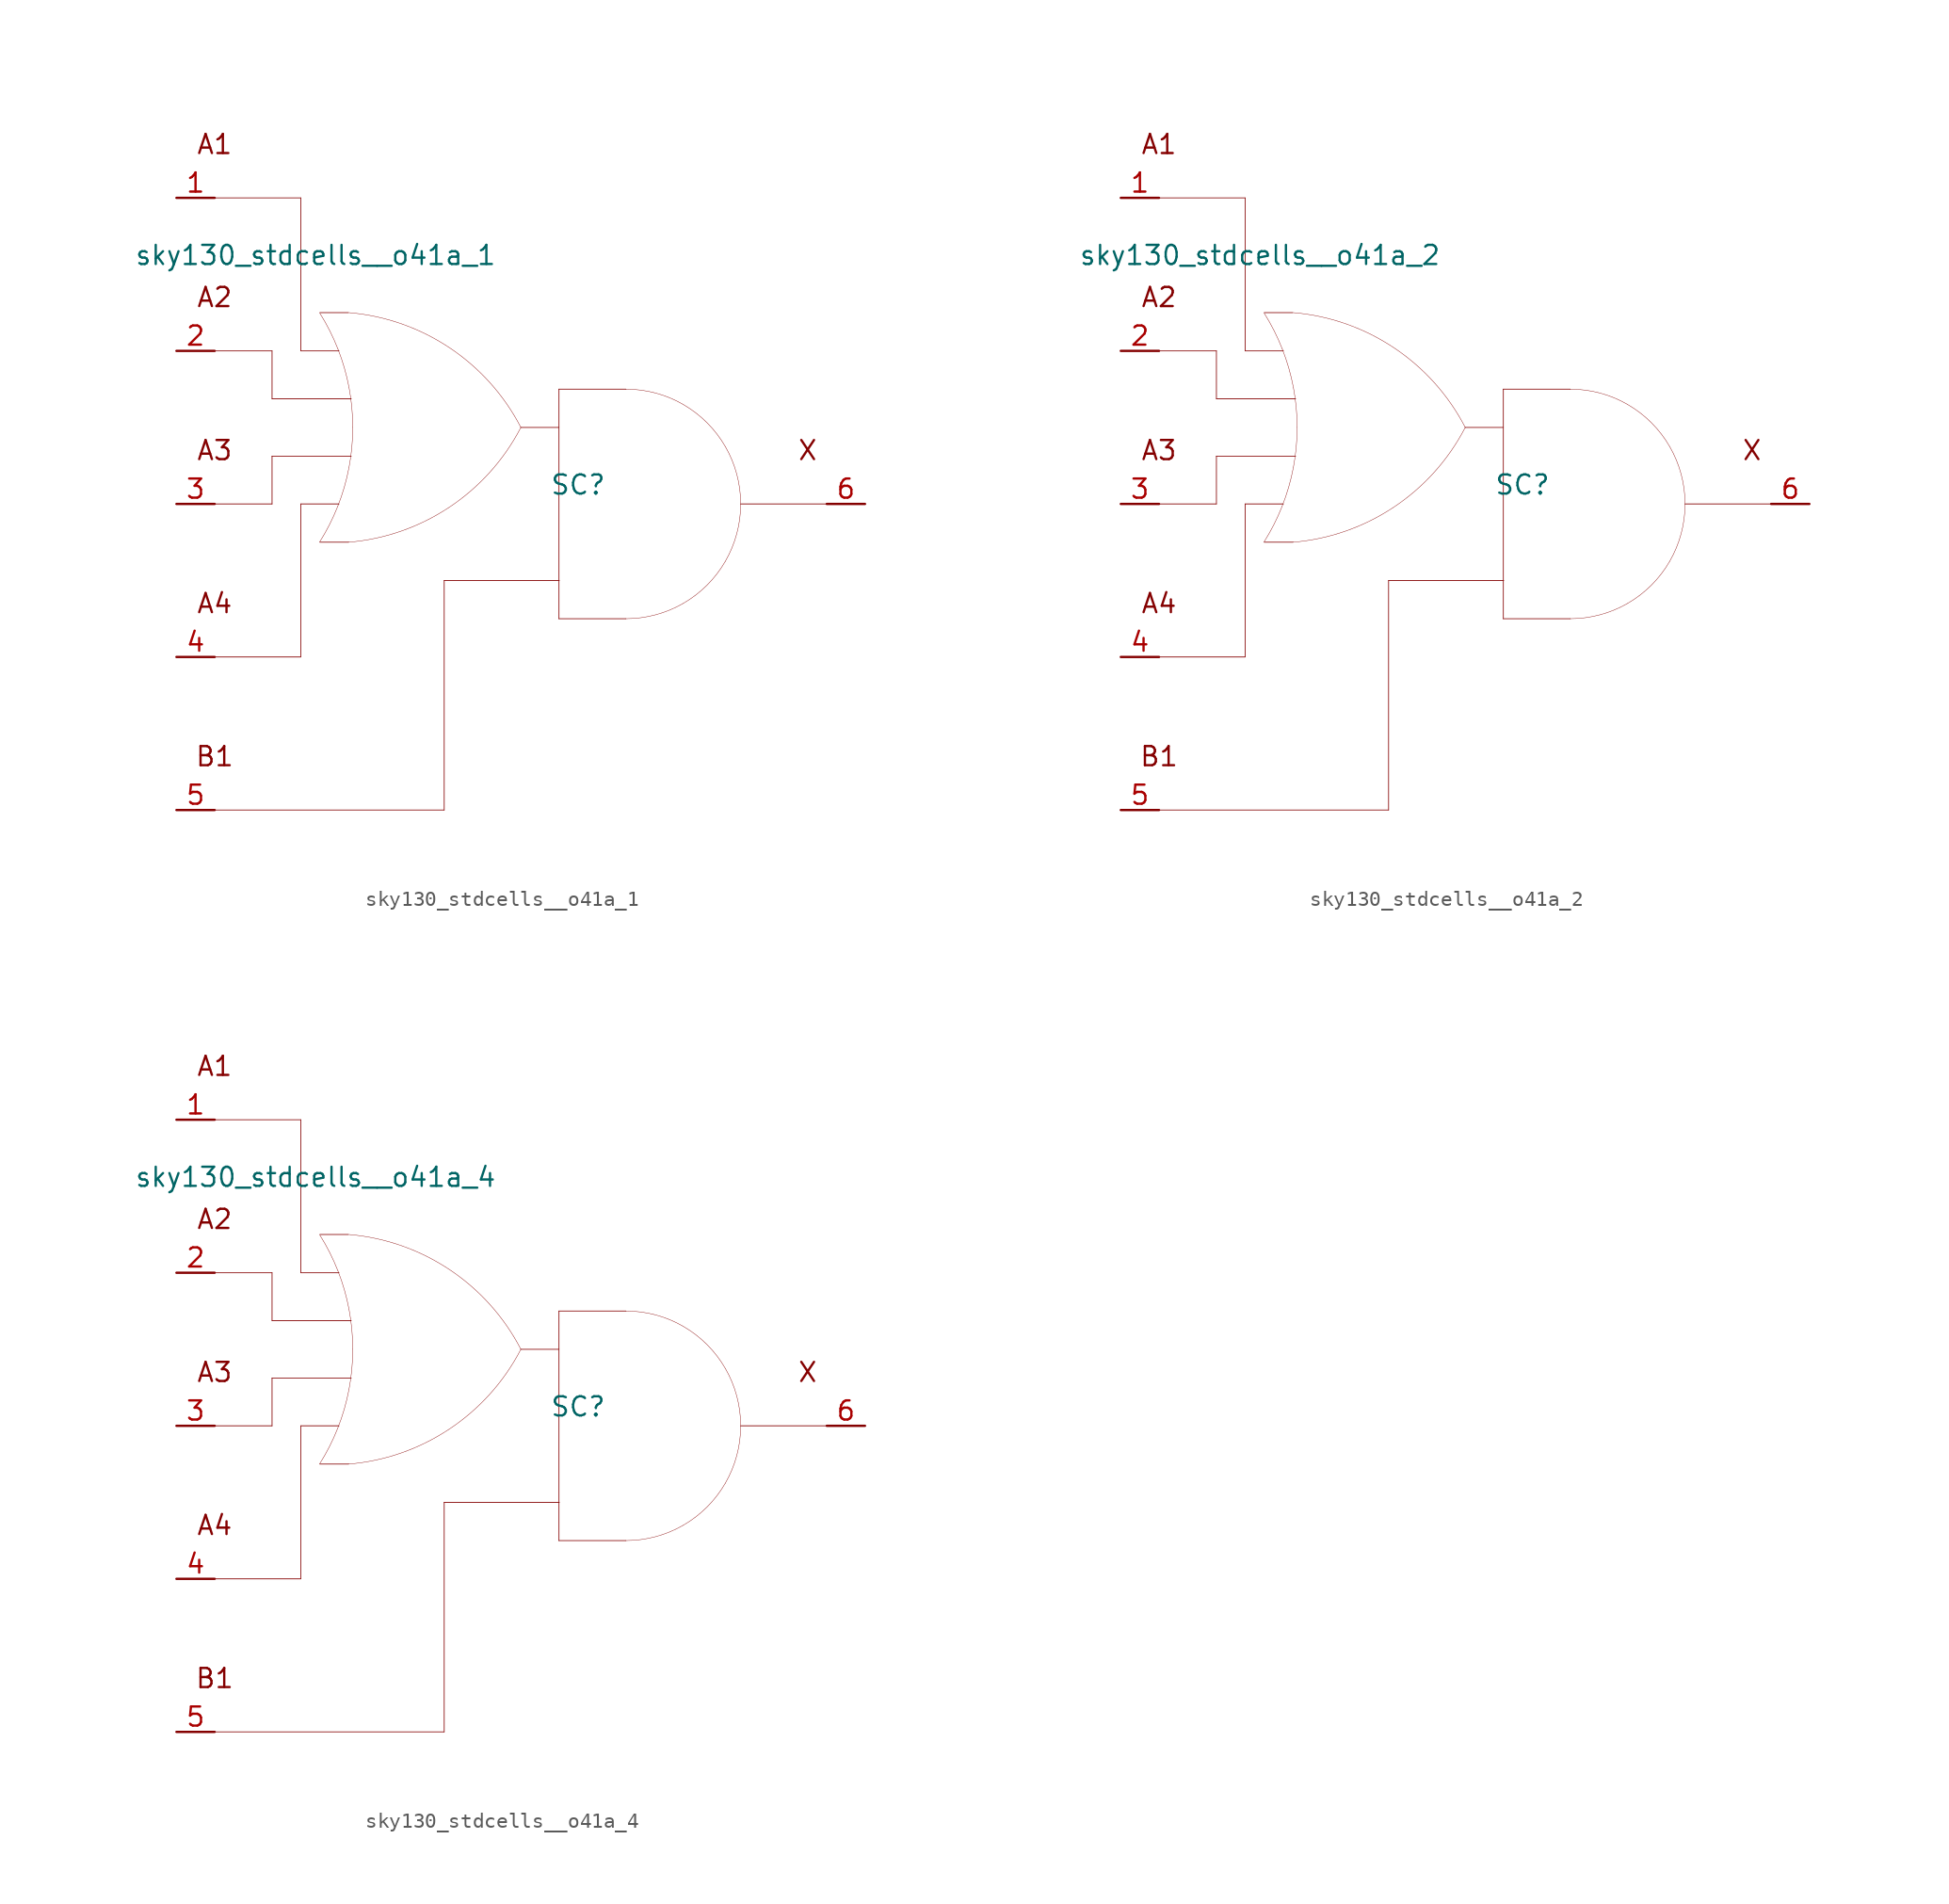
<source format=kicad_sym>
(kicad_symbol_lib
  (version 20211014)
  (generator kicad_symbol_editor)
  (symbol "sky130_stdcells__o41a_1"
    (pin_names hide)
    (property "Reference" "SC"
      (at 3.81 1.27 0)
      (effects (font (size 1.27 1.27))))
    (property "Value" "sky130_stdcells__o41a_1"
      (at -1.575 16.51 0)
      (effects (font (size 1.27 1.27)) (justify right)))
    (symbol "sky130_stdcells__o41a_1_0_0"
      (arc (start -13.3555 -2.5342) (mid -12.698 -1.378) (end -12.1512 -0.1656) (stroke (width 0.0254) (type default) (color 0 0 0 0)) (fill (type none)))
      (arc (start -12.1512 -0.1656) (mid -11.7163 1.1045) (end -11.403 2.4099) (stroke (width 0.0254) (type default) (color 0 0 0 0)) (fill (type none)))
      (arc (start -12.133 10.2793) (mid -12.6812 11.5048) (end -13.3423 12.6732) (stroke (width 0.0254) (type default) (color 0 0 0 0)) (fill (type none)))
      (arc (start -11.435 -2.5431) (mid -4.741 -0.2186) (end -0.0041 5.0516) (stroke (width 0.0254) (type default) (color 0 0 0 0)) (fill (type none)))
      (arc (start -11.403 2.4099) (mid -11.2138 3.739) (end -11.1506 5.08) (stroke (width 0.0254) (type default) (color 0 0 0 0)) (fill (type none)))
      (arc (start -11.3984 7.7256) (mid -11.7061 9.0196) (end -12.133 10.2793) (stroke (width 0.0254) (type default) (color 0 0 0 0)) (fill (type none)))
      (arc (start -11.1506 5.08) (mid -11.2127 6.4086) (end -11.3984 7.7256) (stroke (width 0.0254) (type default) (color 0 0 0 0)) (fill (type none)))
      (polyline (pts (xy -20.32 -20.32) (xy -5.08 -20.32)) (stroke (width 0.051) (type default) (color 0 0 0 0)) (fill (type none)))
      (polyline (pts (xy -20.32 -10.16) (xy -14.605 -10.16)) (stroke (width 0.051) (type default) (color 0 0 0 0)) (fill (type none)))
      (polyline (pts (xy -20.32 0) (xy -16.51 0)) (stroke (width 0.051) (type default) (color 0 0 0 0)) (fill (type none)))
      (polyline (pts (xy -20.32 10.16) (xy -16.51 10.16)) (stroke (width 0.051) (type default) (color 0 0 0 0)) (fill (type none)))
      (polyline (pts (xy -20.32 20.32) (xy -14.605 20.32)) (stroke (width 0.051) (type default) (color 0 0 0 0)) (fill (type none)))
      (polyline (pts (xy -16.51 3.175) (xy -16.51 0)) (stroke (width 0.051) (type default) (color 0 0 0 0)) (fill (type none)))
      (polyline (pts (xy -16.51 3.175) (xy -11.252 3.175)) (stroke (width 0.051) (type default) (color 0 0 0 0)) (fill (type none)))
      (polyline (pts (xy -16.51 6.985) (xy -11.252 6.985)) (stroke (width 0.051) (type default) (color 0 0 0 0)) (fill (type none)))
      (polyline (pts (xy -16.51 10.16) (xy -16.51 6.985)) (stroke (width 0.051) (type default) (color 0 0 0 0)) (fill (type none)))
      (polyline (pts (xy -14.605 0) (xy -14.605 -10.16)) (stroke (width 0.051) (type default) (color 0 0 0 0)) (fill (type none)))
      (polyline (pts (xy -14.605 0) (xy -12.065 0)) (stroke (width 0.051) (type default) (color 0 0 0 0)) (fill (type none)))
      (polyline (pts (xy -14.605 10.16) (xy -12.065 10.16)) (stroke (width 0.051) (type default) (color 0 0 0 0)) (fill (type none)))
      (polyline (pts (xy -14.605 20.32) (xy -14.605 10.16)) (stroke (width 0.051) (type default) (color 0 0 0 0)) (fill (type none)))
      (polyline (pts (xy -13.335 -2.54) (xy -11.43 -2.54)) (stroke (width 0.051) (type default) (color 0 0 0 0)) (fill (type none)))
      (polyline (pts (xy -13.335 12.7) (xy -11.43 12.7)) (stroke (width 0.051) (type default) (color 0 0 0 0)) (fill (type none)))
      (polyline (pts (xy -5.08 -5.08) (xy -5.08 -20.32)) (stroke (width 0.051) (type default) (color 0 0 0 0)) (fill (type none)))
      (polyline (pts (xy -5.08 -5.08) (xy 2.565 -5.08)) (stroke (width 0.051) (type default) (color 0 0 0 0)) (fill (type none)))
      (polyline (pts (xy 0 5.08) (xy 2.54 5.08)) (stroke (width 0.051) (type default) (color 0 0 0 0)) (fill (type none)))
      (polyline (pts (xy 2.54 -7.62) (xy 6.985 -7.62)) (stroke (width 0.051) (type default) (color 0 0 0 0)) (fill (type none)))
      (polyline (pts (xy 2.54 7.62) (xy 2.54 -7.62)) (stroke (width 0.051) (type default) (color 0 0 0 0)) (fill (type none)))
      (polyline (pts (xy 2.54 7.62) (xy 6.985 7.62)) (stroke (width 0.051) (type default) (color 0 0 0 0)) (fill (type none)))
      (polyline (pts (xy 14.605 0) (xy 20.32 0)) (stroke (width 0.051) (type default) (color 0 0 0 0)) (fill (type none)))
      (arc (start 0.0187 5.0644) (mid -4.6998 10.351) (end -11.3856 12.6989) (stroke (width 0.0254) (type default) (color 0 0 0 0)) (fill (type none)))
      (arc (start 6.985 -7.62) (mid 8.9572 -7.3604) (end 10.795 -6.5991) (stroke (width 0.0254) (type default) (color 0 0 0 0)) (fill (type none)))
      (arc (start 10.795 -6.5991) (mid 12.3731 -5.3881) (end 13.5841 -3.81) (stroke (width 0.0254) (type default) (color 0 0 0 0)) (fill (type none)))
      (arc (start 10.795 6.5991) (mid 8.9572 7.3603) (end 6.985 7.62) (stroke (width 0.0254) (type default) (color 0 0 0 0)) (fill (type none)))
      (arc (start 13.5841 -3.81) (mid 14.3453 -1.9722) (end 14.605 0) (stroke (width 0.0254) (type default) (color 0 0 0 0)) (fill (type none)))
      (arc (start 13.5841 3.81) (mid 12.3731 5.3881) (end 10.795 6.5991) (stroke (width 0.0254) (type default) (color 0 0 0 0)) (fill (type none)))
      (arc (start 14.605 0) (mid 14.3454 1.9722) (end 13.5841 3.81) (stroke (width 0.0254) (type default) (color 0 0 0 0)) (fill (type none)))
      (text "A1" (at -20.32 23.876 0) (effects (font (size 1.27 1.27))))
      (text "A2" (at -20.32 13.716 0) (effects (font (size 1.27 1.27))))
      (text "A3" (at -20.32 3.556 0) (effects (font (size 1.27 1.27))))
      (text "A4" (at -20.32 -6.604 0) (effects (font (size 1.27 1.27))))
      (text "B1" (at -20.32 -16.764 0) (effects (font (size 1.27 1.27))))
      (text "X" (at 19.05 3.556 0) (effects (font (size 1.27 1.27)))))
    (symbol "sky130_stdcells__o41a_1_1_1"
      (pin input line (at -22.86 20.32 0) (length 2.54) (name "A1" (effects (font (size 1.092 1.092)))) (number "1" (effects (font (size 1.27 1.27)))))
      (pin input line (at -22.86 10.16 0) (length 2.54) (name "A2" (effects (font (size 1.092 1.092)))) (number "2" (effects (font (size 1.27 1.27)))))
      (pin input line (at -22.86 0 0) (length 2.54) (name "A3" (effects (font (size 1.092 1.092)))) (number "3" (effects (font (size 1.27 1.27)))))
      (pin input line (at -22.86 -10.16 0) (length 2.54) (name "A4" (effects (font (size 1.092 1.092)))) (number "4" (effects (font (size 1.27 1.27)))))
      (pin input line (at -22.86 -20.32 0) (length 2.54) (name "B1" (effects (font (size 1.092 1.092)))) (number "5" (effects (font (size 1.27 1.27)))))
      (pin output line (at 22.86 0 180) (length 2.54) (name "X" (effects (font (size 1.092 1.092)))) (number "6" (effects (font (size 1.27 1.27)))))))
  (symbol "sky130_stdcells__o41a_2"
    (pin_names hide)
    (property "Reference" "SC"
      (at 3.81 1.27 0)
      (effects (font (size 1.27 1.27))))
    (property "Value" "sky130_stdcells__o41a_2"
      (at -1.575 16.51 0)
      (effects (font (size 1.27 1.27)) (justify right)))
    (symbol "sky130_stdcells__o41a_2_0_0"
      (arc (start -13.3555 -2.5342) (mid -12.698 -1.378) (end -12.1512 -0.1656) (stroke (width 0.0254) (type default) (color 0 0 0 0)) (fill (type none)))
      (arc (start -12.1512 -0.1656) (mid -11.7163 1.1045) (end -11.403 2.4099) (stroke (width 0.0254) (type default) (color 0 0 0 0)) (fill (type none)))
      (arc (start -12.133 10.2793) (mid -12.6812 11.5048) (end -13.3423 12.6732) (stroke (width 0.0254) (type default) (color 0 0 0 0)) (fill (type none)))
      (arc (start -11.435 -2.5431) (mid -4.741 -0.2186) (end -0.0041 5.0516) (stroke (width 0.0254) (type default) (color 0 0 0 0)) (fill (type none)))
      (arc (start -11.403 2.4099) (mid -11.2138 3.739) (end -11.1506 5.08) (stroke (width 0.0254) (type default) (color 0 0 0 0)) (fill (type none)))
      (arc (start -11.3984 7.7256) (mid -11.7061 9.0196) (end -12.133 10.2793) (stroke (width 0.0254) (type default) (color 0 0 0 0)) (fill (type none)))
      (arc (start -11.1506 5.08) (mid -11.2127 6.4086) (end -11.3984 7.7256) (stroke (width 0.0254) (type default) (color 0 0 0 0)) (fill (type none)))
      (polyline (pts (xy -20.32 -20.32) (xy -5.08 -20.32)) (stroke (width 0.051) (type default) (color 0 0 0 0)) (fill (type none)))
      (polyline (pts (xy -20.32 -10.16) (xy -14.605 -10.16)) (stroke (width 0.051) (type default) (color 0 0 0 0)) (fill (type none)))
      (polyline (pts (xy -20.32 0) (xy -16.51 0)) (stroke (width 0.051) (type default) (color 0 0 0 0)) (fill (type none)))
      (polyline (pts (xy -20.32 10.16) (xy -16.51 10.16)) (stroke (width 0.051) (type default) (color 0 0 0 0)) (fill (type none)))
      (polyline (pts (xy -20.32 20.32) (xy -14.605 20.32)) (stroke (width 0.051) (type default) (color 0 0 0 0)) (fill (type none)))
      (polyline (pts (xy -16.51 3.175) (xy -16.51 0)) (stroke (width 0.051) (type default) (color 0 0 0 0)) (fill (type none)))
      (polyline (pts (xy -16.51 3.175) (xy -11.252 3.175)) (stroke (width 0.051) (type default) (color 0 0 0 0)) (fill (type none)))
      (polyline (pts (xy -16.51 6.985) (xy -11.252 6.985)) (stroke (width 0.051) (type default) (color 0 0 0 0)) (fill (type none)))
      (polyline (pts (xy -16.51 10.16) (xy -16.51 6.985)) (stroke (width 0.051) (type default) (color 0 0 0 0)) (fill (type none)))
      (polyline (pts (xy -14.605 0) (xy -14.605 -10.16)) (stroke (width 0.051) (type default) (color 0 0 0 0)) (fill (type none)))
      (polyline (pts (xy -14.605 0) (xy -12.065 0)) (stroke (width 0.051) (type default) (color 0 0 0 0)) (fill (type none)))
      (polyline (pts (xy -14.605 10.16) (xy -12.065 10.16)) (stroke (width 0.051) (type default) (color 0 0 0 0)) (fill (type none)))
      (polyline (pts (xy -14.605 20.32) (xy -14.605 10.16)) (stroke (width 0.051) (type default) (color 0 0 0 0)) (fill (type none)))
      (polyline (pts (xy -13.335 -2.54) (xy -11.43 -2.54)) (stroke (width 0.051) (type default) (color 0 0 0 0)) (fill (type none)))
      (polyline (pts (xy -13.335 12.7) (xy -11.43 12.7)) (stroke (width 0.051) (type default) (color 0 0 0 0)) (fill (type none)))
      (polyline (pts (xy -5.08 -5.08) (xy -5.08 -20.32)) (stroke (width 0.051) (type default) (color 0 0 0 0)) (fill (type none)))
      (polyline (pts (xy -5.08 -5.08) (xy 2.565 -5.08)) (stroke (width 0.051) (type default) (color 0 0 0 0)) (fill (type none)))
      (polyline (pts (xy 0 5.08) (xy 2.54 5.08)) (stroke (width 0.051) (type default) (color 0 0 0 0)) (fill (type none)))
      (polyline (pts (xy 2.54 -7.62) (xy 6.985 -7.62)) (stroke (width 0.051) (type default) (color 0 0 0 0)) (fill (type none)))
      (polyline (pts (xy 2.54 7.62) (xy 2.54 -7.62)) (stroke (width 0.051) (type default) (color 0 0 0 0)) (fill (type none)))
      (polyline (pts (xy 2.54 7.62) (xy 6.985 7.62)) (stroke (width 0.051) (type default) (color 0 0 0 0)) (fill (type none)))
      (polyline (pts (xy 14.605 0) (xy 20.32 0)) (stroke (width 0.051) (type default) (color 0 0 0 0)) (fill (type none)))
      (arc (start 0.0187 5.0644) (mid -4.6998 10.351) (end -11.3856 12.6989) (stroke (width 0.0254) (type default) (color 0 0 0 0)) (fill (type none)))
      (arc (start 6.985 -7.62) (mid 8.9572 -7.3604) (end 10.795 -6.5991) (stroke (width 0.0254) (type default) (color 0 0 0 0)) (fill (type none)))
      (arc (start 10.795 -6.5991) (mid 12.3731 -5.3881) (end 13.5841 -3.81) (stroke (width 0.0254) (type default) (color 0 0 0 0)) (fill (type none)))
      (arc (start 10.795 6.5991) (mid 8.9572 7.3603) (end 6.985 7.62) (stroke (width 0.0254) (type default) (color 0 0 0 0)) (fill (type none)))
      (arc (start 13.5841 -3.81) (mid 14.3453 -1.9722) (end 14.605 0) (stroke (width 0.0254) (type default) (color 0 0 0 0)) (fill (type none)))
      (arc (start 13.5841 3.81) (mid 12.3731 5.3881) (end 10.795 6.5991) (stroke (width 0.0254) (type default) (color 0 0 0 0)) (fill (type none)))
      (arc (start 14.605 0) (mid 14.3454 1.9722) (end 13.5841 3.81) (stroke (width 0.0254) (type default) (color 0 0 0 0)) (fill (type none)))
      (text "A1" (at -20.32 23.876 0) (effects (font (size 1.27 1.27))))
      (text "A2" (at -20.32 13.716 0) (effects (font (size 1.27 1.27))))
      (text "A3" (at -20.32 3.556 0) (effects (font (size 1.27 1.27))))
      (text "A4" (at -20.32 -6.604 0) (effects (font (size 1.27 1.27))))
      (text "B1" (at -20.32 -16.764 0) (effects (font (size 1.27 1.27))))
      (text "X" (at 19.05 3.556 0) (effects (font (size 1.27 1.27)))))
    (symbol "sky130_stdcells__o41a_2_1_1"
      (pin input line (at -22.86 20.32 0) (length 2.54) (name "A1" (effects (font (size 1.092 1.092)))) (number "1" (effects (font (size 1.27 1.27)))))
      (pin input line (at -22.86 10.16 0) (length 2.54) (name "A2" (effects (font (size 1.092 1.092)))) (number "2" (effects (font (size 1.27 1.27)))))
      (pin input line (at -22.86 0 0) (length 2.54) (name "A3" (effects (font (size 1.092 1.092)))) (number "3" (effects (font (size 1.27 1.27)))))
      (pin input line (at -22.86 -10.16 0) (length 2.54) (name "A4" (effects (font (size 1.092 1.092)))) (number "4" (effects (font (size 1.27 1.27)))))
      (pin input line (at -22.86 -20.32 0) (length 2.54) (name "B1" (effects (font (size 1.092 1.092)))) (number "5" (effects (font (size 1.27 1.27)))))
      (pin output line (at 22.86 0 180) (length 2.54) (name "X" (effects (font (size 1.092 1.092)))) (number "6" (effects (font (size 1.27 1.27)))))))
  (symbol "sky130_stdcells__o41a_4"
    (pin_names hide)
    (property "Reference" "SC"
      (at 3.81 1.27 0)
      (effects (font (size 1.27 1.27))))
    (property "Value" "sky130_stdcells__o41a_4"
      (at -1.575 16.51 0)
      (effects (font (size 1.27 1.27)) (justify right)))
    (symbol "sky130_stdcells__o41a_4_0_0"
      (arc (start -13.3555 -2.5342) (mid -12.698 -1.378) (end -12.1512 -0.1656) (stroke (width 0.0254) (type default) (color 0 0 0 0)) (fill (type none)))
      (arc (start -12.1512 -0.1656) (mid -11.7163 1.1045) (end -11.403 2.4099) (stroke (width 0.0254) (type default) (color 0 0 0 0)) (fill (type none)))
      (arc (start -12.133 10.2793) (mid -12.6812 11.5048) (end -13.3423 12.6732) (stroke (width 0.0254) (type default) (color 0 0 0 0)) (fill (type none)))
      (arc (start -11.435 -2.5431) (mid -4.741 -0.2186) (end -0.0041 5.0516) (stroke (width 0.0254) (type default) (color 0 0 0 0)) (fill (type none)))
      (arc (start -11.403 2.4099) (mid -11.2138 3.739) (end -11.1506 5.08) (stroke (width 0.0254) (type default) (color 0 0 0 0)) (fill (type none)))
      (arc (start -11.3984 7.7256) (mid -11.7061 9.0196) (end -12.133 10.2793) (stroke (width 0.0254) (type default) (color 0 0 0 0)) (fill (type none)))
      (arc (start -11.1506 5.08) (mid -11.2127 6.4086) (end -11.3984 7.7256) (stroke (width 0.0254) (type default) (color 0 0 0 0)) (fill (type none)))
      (polyline (pts (xy -20.32 -20.32) (xy -5.08 -20.32)) (stroke (width 0.051) (type default) (color 0 0 0 0)) (fill (type none)))
      (polyline (pts (xy -20.32 -10.16) (xy -14.605 -10.16)) (stroke (width 0.051) (type default) (color 0 0 0 0)) (fill (type none)))
      (polyline (pts (xy -20.32 0) (xy -16.51 0)) (stroke (width 0.051) (type default) (color 0 0 0 0)) (fill (type none)))
      (polyline (pts (xy -20.32 10.16) (xy -16.51 10.16)) (stroke (width 0.051) (type default) (color 0 0 0 0)) (fill (type none)))
      (polyline (pts (xy -20.32 20.32) (xy -14.605 20.32)) (stroke (width 0.051) (type default) (color 0 0 0 0)) (fill (type none)))
      (polyline (pts (xy -16.51 3.175) (xy -16.51 0)) (stroke (width 0.051) (type default) (color 0 0 0 0)) (fill (type none)))
      (polyline (pts (xy -16.51 3.175) (xy -11.252 3.175)) (stroke (width 0.051) (type default) (color 0 0 0 0)) (fill (type none)))
      (polyline (pts (xy -16.51 6.985) (xy -11.252 6.985)) (stroke (width 0.051) (type default) (color 0 0 0 0)) (fill (type none)))
      (polyline (pts (xy -16.51 10.16) (xy -16.51 6.985)) (stroke (width 0.051) (type default) (color 0 0 0 0)) (fill (type none)))
      (polyline (pts (xy -14.605 0) (xy -14.605 -10.16)) (stroke (width 0.051) (type default) (color 0 0 0 0)) (fill (type none)))
      (polyline (pts (xy -14.605 0) (xy -12.065 0)) (stroke (width 0.051) (type default) (color 0 0 0 0)) (fill (type none)))
      (polyline (pts (xy -14.605 10.16) (xy -12.065 10.16)) (stroke (width 0.051) (type default) (color 0 0 0 0)) (fill (type none)))
      (polyline (pts (xy -14.605 20.32) (xy -14.605 10.16)) (stroke (width 0.051) (type default) (color 0 0 0 0)) (fill (type none)))
      (polyline (pts (xy -13.335 -2.54) (xy -11.43 -2.54)) (stroke (width 0.051) (type default) (color 0 0 0 0)) (fill (type none)))
      (polyline (pts (xy -13.335 12.7) (xy -11.43 12.7)) (stroke (width 0.051) (type default) (color 0 0 0 0)) (fill (type none)))
      (polyline (pts (xy -5.08 -5.08) (xy -5.08 -20.32)) (stroke (width 0.051) (type default) (color 0 0 0 0)) (fill (type none)))
      (polyline (pts (xy -5.08 -5.08) (xy 2.565 -5.08)) (stroke (width 0.051) (type default) (color 0 0 0 0)) (fill (type none)))
      (polyline (pts (xy 0 5.08) (xy 2.54 5.08)) (stroke (width 0.051) (type default) (color 0 0 0 0)) (fill (type none)))
      (polyline (pts (xy 2.54 -7.62) (xy 6.985 -7.62)) (stroke (width 0.051) (type default) (color 0 0 0 0)) (fill (type none)))
      (polyline (pts (xy 2.54 7.62) (xy 2.54 -7.62)) (stroke (width 0.051) (type default) (color 0 0 0 0)) (fill (type none)))
      (polyline (pts (xy 2.54 7.62) (xy 6.985 7.62)) (stroke (width 0.051) (type default) (color 0 0 0 0)) (fill (type none)))
      (polyline (pts (xy 14.605 0) (xy 20.32 0)) (stroke (width 0.051) (type default) (color 0 0 0 0)) (fill (type none)))
      (arc (start 0.0187 5.0644) (mid -4.6998 10.351) (end -11.3856 12.6989) (stroke (width 0.0254) (type default) (color 0 0 0 0)) (fill (type none)))
      (arc (start 6.985 -7.62) (mid 8.9572 -7.3604) (end 10.795 -6.5991) (stroke (width 0.0254) (type default) (color 0 0 0 0)) (fill (type none)))
      (arc (start 10.795 -6.5991) (mid 12.3731 -5.3881) (end 13.5841 -3.81) (stroke (width 0.0254) (type default) (color 0 0 0 0)) (fill (type none)))
      (arc (start 10.795 6.5991) (mid 8.9572 7.3603) (end 6.985 7.62) (stroke (width 0.0254) (type default) (color 0 0 0 0)) (fill (type none)))
      (arc (start 13.5841 -3.81) (mid 14.3453 -1.9722) (end 14.605 0) (stroke (width 0.0254) (type default) (color 0 0 0 0)) (fill (type none)))
      (arc (start 13.5841 3.81) (mid 12.3731 5.3881) (end 10.795 6.5991) (stroke (width 0.0254) (type default) (color 0 0 0 0)) (fill (type none)))
      (arc (start 14.605 0) (mid 14.3454 1.9722) (end 13.5841 3.81) (stroke (width 0.0254) (type default) (color 0 0 0 0)) (fill (type none)))
      (text "A1" (at -20.32 23.876 0) (effects (font (size 1.27 1.27))))
      (text "A2" (at -20.32 13.716 0) (effects (font (size 1.27 1.27))))
      (text "A3" (at -20.32 3.556 0) (effects (font (size 1.27 1.27))))
      (text "A4" (at -20.32 -6.604 0) (effects (font (size 1.27 1.27))))
      (text "B1" (at -20.32 -16.764 0) (effects (font (size 1.27 1.27))))
      (text "X" (at 19.05 3.556 0) (effects (font (size 1.27 1.27)))))
    (symbol "sky130_stdcells__o41a_4_1_1"
      (pin input line (at -22.86 20.32 0) (length 2.54) (name "A1" (effects (font (size 1.092 1.092)))) (number "1" (effects (font (size 1.27 1.27)))))
      (pin input line (at -22.86 10.16 0) (length 2.54) (name "A2" (effects (font (size 1.092 1.092)))) (number "2" (effects (font (size 1.27 1.27)))))
      (pin input line (at -22.86 0 0) (length 2.54) (name "A3" (effects (font (size 1.092 1.092)))) (number "3" (effects (font (size 1.27 1.27)))))
      (pin input line (at -22.86 -10.16 0) (length 2.54) (name "A4" (effects (font (size 1.092 1.092)))) (number "4" (effects (font (size 1.27 1.27)))))
      (pin input line (at -22.86 -20.32 0) (length 2.54) (name "B1" (effects (font (size 1.092 1.092)))) (number "5" (effects (font (size 1.27 1.27)))))
      (pin output line (at 22.86 0 180) (length 2.54) (name "X" (effects (font (size 1.092 1.092)))) (number "6" (effects (font (size 1.27 1.27))))))))
</source>
